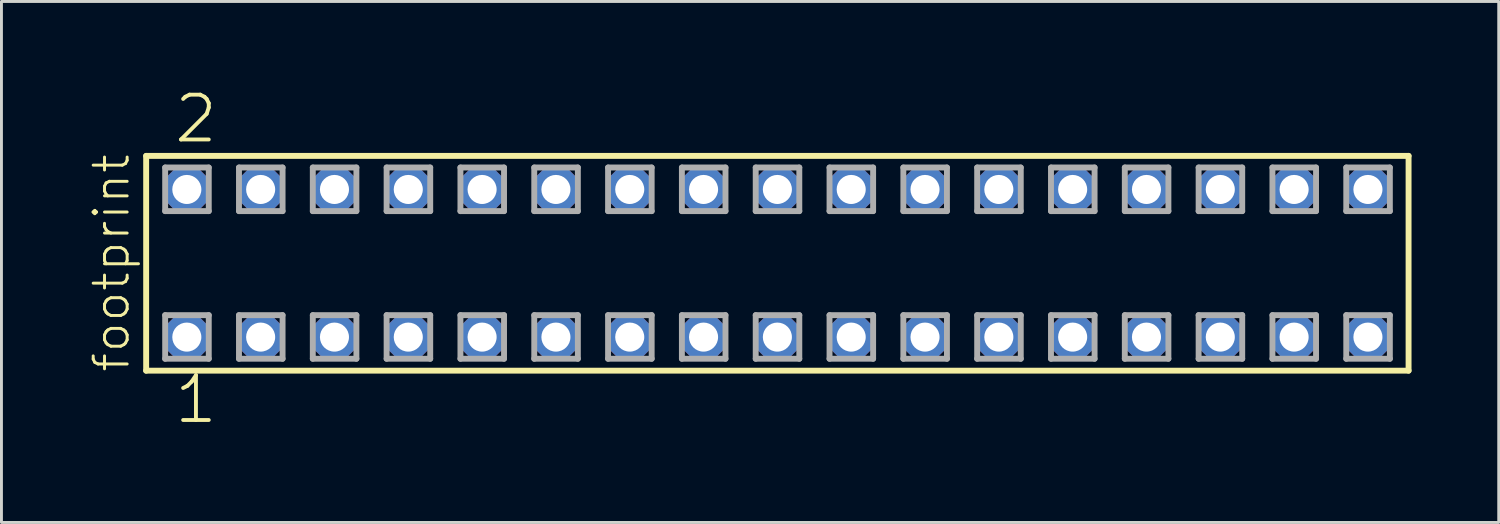
<source format=kicad_pcb>
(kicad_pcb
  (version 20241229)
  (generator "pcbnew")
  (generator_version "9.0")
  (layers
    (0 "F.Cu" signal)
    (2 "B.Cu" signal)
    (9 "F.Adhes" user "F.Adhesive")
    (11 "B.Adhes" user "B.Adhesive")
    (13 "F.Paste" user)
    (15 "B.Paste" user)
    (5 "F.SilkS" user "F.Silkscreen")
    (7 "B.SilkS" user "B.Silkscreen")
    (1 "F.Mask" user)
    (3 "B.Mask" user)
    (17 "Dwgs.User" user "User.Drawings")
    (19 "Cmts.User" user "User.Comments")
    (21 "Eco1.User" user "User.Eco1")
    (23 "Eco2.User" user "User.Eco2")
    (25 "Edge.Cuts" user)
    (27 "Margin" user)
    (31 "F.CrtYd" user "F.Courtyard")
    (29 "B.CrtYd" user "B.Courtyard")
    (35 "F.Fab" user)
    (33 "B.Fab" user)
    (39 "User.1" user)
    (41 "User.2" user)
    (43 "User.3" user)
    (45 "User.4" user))
  (footprint "footprint"
    (layer "F.Cu")
    (at 23.698 6.009)
    (property "Reference" "footprint" (at -22.225 3.81 90) (layer "F.SilkS") (effects (font (size 1.168 1.168) (thickness 0.102)) (justify left bottom)))
    (fp_line (start -21.719 -3.695) (end 21.719 -3.695) (stroke (width 0.203) (type solid)) (layer "F.SilkS"))
    (fp_line (start -21.719 3.695) (end -21.719 -3.695) (stroke (width 0.203) (type solid)) (layer "F.SilkS"))
    (fp_line (start 21.719 -3.695) (end 21.719 3.695) (stroke (width 0.203) (type solid)) (layer "F.SilkS"))
    (fp_line (start 21.719 3.695) (end -21.719 3.695) (stroke (width 0.203) (type solid)) (layer "F.SilkS"))
    (fp_line (start -21.065 -3.295) (end -19.565 -3.295) (stroke (width 0.203) (type solid)) (layer "F.Fab"))
    (fp_line (start -21.065 -1.795) (end -21.065 -3.295) (stroke (width 0.203) (type solid)) (layer "F.Fab"))
    (fp_line (start -21.065 1.785) (end -19.565 1.785) (stroke (width 0.203) (type solid)) (layer "F.Fab"))
    (fp_line (start -21.065 3.285) (end -21.065 1.785) (stroke (width 0.203) (type solid)) (layer "F.Fab"))
    (fp_line (start -19.565 -3.295) (end -19.565 -1.795) (stroke (width 0.203) (type solid)) (layer "F.Fab"))
    (fp_line (start -19.565 -1.795) (end -21.065 -1.795) (stroke (width 0.203) (type solid)) (layer "F.Fab"))
    (fp_line (start -19.565 1.785) (end -19.565 3.285) (stroke (width 0.203) (type solid)) (layer "F.Fab"))
    (fp_line (start -19.565 3.285) (end -21.065 3.285) (stroke (width 0.203) (type solid)) (layer "F.Fab"))
    (fp_line (start -18.525 -3.295) (end -17.025 -3.295) (stroke (width 0.203) (type solid)) (layer "F.Fab"))
    (fp_line (start -18.525 -1.795) (end -18.525 -3.295) (stroke (width 0.203) (type solid)) (layer "F.Fab"))
    (fp_line (start -18.525 1.785) (end -17.025 1.785) (stroke (width 0.203) (type solid)) (layer "F.Fab"))
    (fp_line (start -18.525 3.285) (end -18.525 1.785) (stroke (width 0.203) (type solid)) (layer "F.Fab"))
    (fp_line (start -17.025 -3.295) (end -17.025 -1.795) (stroke (width 0.203) (type solid)) (layer "F.Fab"))
    (fp_line (start -17.025 -1.795) (end -18.525 -1.795) (stroke (width 0.203) (type solid)) (layer "F.Fab"))
    (fp_line (start -17.025 1.785) (end -17.025 3.285) (stroke (width 0.203) (type solid)) (layer "F.Fab"))
    (fp_line (start -17.025 3.285) (end -18.525 3.285) (stroke (width 0.203) (type solid)) (layer "F.Fab"))
    (fp_line (start -15.985 -3.295) (end -14.485 -3.295) (stroke (width 0.203) (type solid)) (layer "F.Fab"))
    (fp_line (start -15.985 -1.795) (end -15.985 -3.295) (stroke (width 0.203) (type solid)) (layer "F.Fab"))
    (fp_line (start -15.985 1.785) (end -14.485 1.785) (stroke (width 0.203) (type solid)) (layer "F.Fab"))
    (fp_line (start -15.985 3.285) (end -15.985 1.785) (stroke (width 0.203) (type solid)) (layer "F.Fab"))
    (fp_line (start -14.485 -3.295) (end -14.485 -1.795) (stroke (width 0.203) (type solid)) (layer "F.Fab"))
    (fp_line (start -14.485 -1.795) (end -15.985 -1.795) (stroke (width 0.203) (type solid)) (layer "F.Fab"))
    (fp_line (start -14.485 1.785) (end -14.485 3.285) (stroke (width 0.203) (type solid)) (layer "F.Fab"))
    (fp_line (start -14.485 3.285) (end -15.985 3.285) (stroke (width 0.203) (type solid)) (layer "F.Fab"))
    (fp_line (start -13.445 -3.295) (end -11.945 -3.295) (stroke (width 0.203) (type solid)) (layer "F.Fab"))
    (fp_line (start -13.445 -1.795) (end -13.445 -3.295) (stroke (width 0.203) (type solid)) (layer "F.Fab"))
    (fp_line (start -13.445 1.785) (end -11.945 1.785) (stroke (width 0.203) (type solid)) (layer "F.Fab"))
    (fp_line (start -13.445 3.285) (end -13.445 1.785) (stroke (width 0.203) (type solid)) (layer "F.Fab"))
    (fp_line (start -11.945 -3.295) (end -11.945 -1.795) (stroke (width 0.203) (type solid)) (layer "F.Fab"))
    (fp_line (start -11.945 -1.795) (end -13.445 -1.795) (stroke (width 0.203) (type solid)) (layer "F.Fab"))
    (fp_line (start -11.945 1.785) (end -11.945 3.285) (stroke (width 0.203) (type solid)) (layer "F.Fab"))
    (fp_line (start -11.945 3.285) (end -13.445 3.285) (stroke (width 0.203) (type solid)) (layer "F.Fab"))
    (fp_line (start -10.905 -3.295) (end -9.405 -3.295) (stroke (width 0.203) (type solid)) (layer "F.Fab"))
    (fp_line (start -10.905 -1.795) (end -10.905 -3.295) (stroke (width 0.203) (type solid)) (layer "F.Fab"))
    (fp_line (start -10.905 1.785) (end -9.405 1.785) (stroke (width 0.203) (type solid)) (layer "F.Fab"))
    (fp_line (start -10.905 3.285) (end -10.905 1.785) (stroke (width 0.203) (type solid)) (layer "F.Fab"))
    (fp_line (start -9.405 -3.295) (end -9.405 -1.795) (stroke (width 0.203) (type solid)) (layer "F.Fab"))
    (fp_line (start -9.405 -1.795) (end -10.905 -1.795) (stroke (width 0.203) (type solid)) (layer "F.Fab"))
    (fp_line (start -9.405 1.785) (end -9.405 3.285) (stroke (width 0.203) (type solid)) (layer "F.Fab"))
    (fp_line (start -9.405 3.285) (end -10.905 3.285) (stroke (width 0.203) (type solid)) (layer "F.Fab"))
    (fp_line (start -8.365 -3.295) (end -6.865 -3.295) (stroke (width 0.203) (type solid)) (layer "F.Fab"))
    (fp_line (start -8.365 -1.795) (end -8.365 -3.295) (stroke (width 0.203) (type solid)) (layer "F.Fab"))
    (fp_line (start -8.365 1.785) (end -6.865 1.785) (stroke (width 0.203) (type solid)) (layer "F.Fab"))
    (fp_line (start -8.365 3.285) (end -8.365 1.785) (stroke (width 0.203) (type solid)) (layer "F.Fab"))
    (fp_line (start -6.865 -3.295) (end -6.865 -1.795) (stroke (width 0.203) (type solid)) (layer "F.Fab"))
    (fp_line (start -6.865 -1.795) (end -8.365 -1.795) (stroke (width 0.203) (type solid)) (layer "F.Fab"))
    (fp_line (start -6.865 1.785) (end -6.865 3.285) (stroke (width 0.203) (type solid)) (layer "F.Fab"))
    (fp_line (start -6.865 3.285) (end -8.365 3.285) (stroke (width 0.203) (type solid)) (layer "F.Fab"))
    (fp_line (start -5.825 -3.295) (end -4.325 -3.295) (stroke (width 0.203) (type solid)) (layer "F.Fab"))
    (fp_line (start -5.825 -1.795) (end -5.825 -3.295) (stroke (width 0.203) (type solid)) (layer "F.Fab"))
    (fp_line (start -5.825 1.785) (end -4.325 1.785) (stroke (width 0.203) (type solid)) (layer "F.Fab"))
    (fp_line (start -5.825 3.285) (end -5.825 1.785) (stroke (width 0.203) (type solid)) (layer "F.Fab"))
    (fp_line (start -4.325 -3.295) (end -4.325 -1.795) (stroke (width 0.203) (type solid)) (layer "F.Fab"))
    (fp_line (start -4.325 -1.795) (end -5.825 -1.795) (stroke (width 0.203) (type solid)) (layer "F.Fab"))
    (fp_line (start -4.325 1.785) (end -4.325 3.285) (stroke (width 0.203) (type solid)) (layer "F.Fab"))
    (fp_line (start -4.325 3.285) (end -5.825 3.285) (stroke (width 0.203) (type solid)) (layer "F.Fab"))
    (fp_line (start -3.285 -3.295) (end -1.785 -3.295) (stroke (width 0.203) (type solid)) (layer "F.Fab"))
    (fp_line (start -3.285 -1.795) (end -3.285 -3.295) (stroke (width 0.203) (type solid)) (layer "F.Fab"))
    (fp_line (start -3.285 1.785) (end -1.785 1.785) (stroke (width 0.203) (type solid)) (layer "F.Fab"))
    (fp_line (start -3.285 3.285) (end -3.285 1.785) (stroke (width 0.203) (type solid)) (layer "F.Fab"))
    (fp_line (start -1.785 -3.295) (end -1.785 -1.795) (stroke (width 0.203) (type solid)) (layer "F.Fab"))
    (fp_line (start -1.785 -1.795) (end -3.285 -1.795) (stroke (width 0.203) (type solid)) (layer "F.Fab"))
    (fp_line (start -1.785 1.785) (end -1.785 3.285) (stroke (width 0.203) (type solid)) (layer "F.Fab"))
    (fp_line (start -1.785 3.285) (end -3.285 3.285) (stroke (width 0.203) (type solid)) (layer "F.Fab"))
    (fp_line (start -0.745 -3.295) (end 0.755 -3.295) (stroke (width 0.203) (type solid)) (layer "F.Fab"))
    (fp_line (start -0.745 -1.795) (end -0.745 -3.295) (stroke (width 0.203) (type solid)) (layer "F.Fab"))
    (fp_line (start -0.745 1.785) (end 0.755 1.785) (stroke (width 0.203) (type solid)) (layer "F.Fab"))
    (fp_line (start -0.745 3.285) (end -0.745 1.785) (stroke (width 0.203) (type solid)) (layer "F.Fab"))
    (fp_line (start 0.755 -3.295) (end 0.755 -1.795) (stroke (width 0.203) (type solid)) (layer "F.Fab"))
    (fp_line (start 0.755 -1.795) (end -0.745 -1.795) (stroke (width 0.203) (type solid)) (layer "F.Fab"))
    (fp_line (start 0.755 1.785) (end 0.755 3.285) (stroke (width 0.203) (type solid)) (layer "F.Fab"))
    (fp_line (start 0.755 3.285) (end -0.745 3.285) (stroke (width 0.203) (type solid)) (layer "F.Fab"))
    (fp_line (start 1.795 -3.295) (end 3.295 -3.295) (stroke (width 0.203) (type solid)) (layer "F.Fab"))
    (fp_line (start 1.795 -1.795) (end 1.795 -3.295) (stroke (width 0.203) (type solid)) (layer "F.Fab"))
    (fp_line (start 1.795 1.785) (end 3.295 1.785) (stroke (width 0.203) (type solid)) (layer "F.Fab"))
    (fp_line (start 1.795 3.285) (end 1.795 1.785) (stroke (width 0.203) (type solid)) (layer "F.Fab"))
    (fp_line (start 3.295 -3.295) (end 3.295 -1.795) (stroke (width 0.203) (type solid)) (layer "F.Fab"))
    (fp_line (start 3.295 -1.795) (end 1.795 -1.795) (stroke (width 0.203) (type solid)) (layer "F.Fab"))
    (fp_line (start 3.295 1.785) (end 3.295 3.285) (stroke (width 0.203) (type solid)) (layer "F.Fab"))
    (fp_line (start 3.295 3.285) (end 1.795 3.285) (stroke (width 0.203) (type solid)) (layer "F.Fab"))
    (fp_line (start 4.335 -3.295) (end 5.835 -3.295) (stroke (width 0.203) (type solid)) (layer "F.Fab"))
    (fp_line (start 4.335 -1.795) (end 4.335 -3.295) (stroke (width 0.203) (type solid)) (layer "F.Fab"))
    (fp_line (start 4.335 1.785) (end 5.835 1.785) (stroke (width 0.203) (type solid)) (layer "F.Fab"))
    (fp_line (start 4.335 3.285) (end 4.335 1.785) (stroke (width 0.203) (type solid)) (layer "F.Fab"))
    (fp_line (start 5.835 -3.295) (end 5.835 -1.795) (stroke (width 0.203) (type solid)) (layer "F.Fab"))
    (fp_line (start 5.835 -1.795) (end 4.335 -1.795) (stroke (width 0.203) (type solid)) (layer "F.Fab"))
    (fp_line (start 5.835 1.785) (end 5.835 3.285) (stroke (width 0.203) (type solid)) (layer "F.Fab"))
    (fp_line (start 5.835 3.285) (end 4.335 3.285) (stroke (width 0.203) (type solid)) (layer "F.Fab"))
    (fp_line (start 6.875 -3.295) (end 8.375 -3.295) (stroke (width 0.203) (type solid)) (layer "F.Fab"))
    (fp_line (start 6.875 -1.795) (end 6.875 -3.295) (stroke (width 0.203) (type solid)) (layer "F.Fab"))
    (fp_line (start 6.875 1.785) (end 8.375 1.785) (stroke (width 0.203) (type solid)) (layer "F.Fab"))
    (fp_line (start 6.875 3.285) (end 6.875 1.785) (stroke (width 0.203) (type solid)) (layer "F.Fab"))
    (fp_line (start 8.375 -3.295) (end 8.375 -1.795) (stroke (width 0.203) (type solid)) (layer "F.Fab"))
    (fp_line (start 8.375 -1.795) (end 6.875 -1.795) (stroke (width 0.203) (type solid)) (layer "F.Fab"))
    (fp_line (start 8.375 1.785) (end 8.375 3.285) (stroke (width 0.203) (type solid)) (layer "F.Fab"))
    (fp_line (start 8.375 3.285) (end 6.875 3.285) (stroke (width 0.203) (type solid)) (layer "F.Fab"))
    (fp_line (start 9.415 -3.295) (end 10.915 -3.295) (stroke (width 0.203) (type solid)) (layer "F.Fab"))
    (fp_line (start 9.415 -1.795) (end 9.415 -3.295) (stroke (width 0.203) (type solid)) (layer "F.Fab"))
    (fp_line (start 9.415 1.785) (end 10.915 1.785) (stroke (width 0.203) (type solid)) (layer "F.Fab"))
    (fp_line (start 9.415 3.285) (end 9.415 1.785) (stroke (width 0.203) (type solid)) (layer "F.Fab"))
    (fp_line (start 10.915 -3.295) (end 10.915 -1.795) (stroke (width 0.203) (type solid)) (layer "F.Fab"))
    (fp_line (start 10.915 -1.795) (end 9.415 -1.795) (stroke (width 0.203) (type solid)) (layer "F.Fab"))
    (fp_line (start 10.915 1.785) (end 10.915 3.285) (stroke (width 0.203) (type solid)) (layer "F.Fab"))
    (fp_line (start 10.915 3.285) (end 9.415 3.285) (stroke (width 0.203) (type solid)) (layer "F.Fab"))
    (fp_line (start 11.955 -3.295) (end 13.455 -3.295) (stroke (width 0.203) (type solid)) (layer "F.Fab"))
    (fp_line (start 11.955 -1.795) (end 11.955 -3.295) (stroke (width 0.203) (type solid)) (layer "F.Fab"))
    (fp_line (start 11.955 1.785) (end 13.455 1.785) (stroke (width 0.203) (type solid)) (layer "F.Fab"))
    (fp_line (start 11.955 3.285) (end 11.955 1.785) (stroke (width 0.203) (type solid)) (layer "F.Fab"))
    (fp_line (start 13.455 -3.295) (end 13.455 -1.795) (stroke (width 0.203) (type solid)) (layer "F.Fab"))
    (fp_line (start 13.455 -1.795) (end 11.955 -1.795) (stroke (width 0.203) (type solid)) (layer "F.Fab"))
    (fp_line (start 13.455 1.785) (end 13.455 3.285) (stroke (width 0.203) (type solid)) (layer "F.Fab"))
    (fp_line (start 13.455 3.285) (end 11.955 3.285) (stroke (width 0.203) (type solid)) (layer "F.Fab"))
    (fp_line (start 14.495 -3.295) (end 15.995 -3.295) (stroke (width 0.203) (type solid)) (layer "F.Fab"))
    (fp_line (start 14.495 -1.795) (end 14.495 -3.295) (stroke (width 0.203) (type solid)) (layer "F.Fab"))
    (fp_line (start 14.495 1.785) (end 15.995 1.785) (stroke (width 0.203) (type solid)) (layer "F.Fab"))
    (fp_line (start 14.495 3.285) (end 14.495 1.785) (stroke (width 0.203) (type solid)) (layer "F.Fab"))
    (fp_line (start 15.995 -3.295) (end 15.995 -1.795) (stroke (width 0.203) (type solid)) (layer "F.Fab"))
    (fp_line (start 15.995 -1.795) (end 14.495 -1.795) (stroke (width 0.203) (type solid)) (layer "F.Fab"))
    (fp_line (start 15.995 1.785) (end 15.995 3.285) (stroke (width 0.203) (type solid)) (layer "F.Fab"))
    (fp_line (start 15.995 3.285) (end 14.495 3.285) (stroke (width 0.203) (type solid)) (layer "F.Fab"))
    (fp_line (start 17.035 -3.295) (end 18.535 -3.295) (stroke (width 0.203) (type solid)) (layer "F.Fab"))
    (fp_line (start 17.035 -1.795) (end 17.035 -3.295) (stroke (width 0.203) (type solid)) (layer "F.Fab"))
    (fp_line (start 17.035 1.785) (end 18.535 1.785) (stroke (width 0.203) (type solid)) (layer "F.Fab"))
    (fp_line (start 17.035 3.285) (end 17.035 1.785) (stroke (width 0.203) (type solid)) (layer "F.Fab"))
    (fp_line (start 18.535 -3.295) (end 18.535 -1.795) (stroke (width 0.203) (type solid)) (layer "F.Fab"))
    (fp_line (start 18.535 -1.795) (end 17.035 -1.795) (stroke (width 0.203) (type solid)) (layer "F.Fab"))
    (fp_line (start 18.535 1.785) (end 18.535 3.285) (stroke (width 0.203) (type solid)) (layer "F.Fab"))
    (fp_line (start 18.535 3.285) (end 17.035 3.285) (stroke (width 0.203) (type solid)) (layer "F.Fab"))
    (fp_line (start 19.575 -3.295) (end 21.075 -3.295) (stroke (width 0.203) (type solid)) (layer "F.Fab"))
    (fp_line (start 19.575 -1.795) (end 19.575 -3.295) (stroke (width 0.203) (type solid)) (layer "F.Fab"))
    (fp_line (start 19.575 1.785) (end 21.075 1.785) (stroke (width 0.203) (type solid)) (layer "F.Fab"))
    (fp_line (start 19.575 3.285) (end 19.575 1.785) (stroke (width 0.203) (type solid)) (layer "F.Fab"))
    (fp_line (start 21.075 -3.295) (end 21.075 -1.795) (stroke (width 0.203) (type solid)) (layer "F.Fab"))
    (fp_line (start 21.075 -1.795) (end 19.575 -1.795) (stroke (width 0.203) (type solid)) (layer "F.Fab"))
    (fp_line (start 21.075 1.785) (end 21.075 3.285) (stroke (width 0.203) (type solid)) (layer "F.Fab"))
    (fp_line (start 21.075 3.285) (end 19.575 3.285) (stroke (width 0.203) (type solid)) (layer "F.Fab"))
    (fp_text user "1" (at -20.828 5.588 0) (layer "F.SilkS") (effects (font (size 1.542 1.542) (thickness 0.134)) (justify left bottom)))
    (fp_text user "2" (at -20.828 -4.064 0) (layer "F.SilkS") (effects (font (size 1.542 1.542) (thickness 0.134)) (justify left bottom)))
    (pad "1" thru_hole roundrect (at -20.32 2.54) (size 1.5 1.5) (drill 1) (layers "*.Cu" "*.Mask") (roundrect_rratio 0.25) (chamfer_ratio 0.25) (chamfer top_left top_right bottom_left bottom_right))
    (pad "2" thru_hole roundrect (at -20.32 -2.54) (size 1.5 1.5) (drill 1) (layers "*.Cu" "*.Mask") (roundrect_rratio 0.25) (chamfer_ratio 0.25) (chamfer top_left top_right bottom_left bottom_right))
    (pad "3" thru_hole roundrect (at -17.78 2.54) (size 1.5 1.5) (drill 1) (layers "*.Cu" "*.Mask") (roundrect_rratio 0.25) (chamfer_ratio 0.25) (chamfer top_left top_right bottom_left bottom_right))
    (pad "4" thru_hole roundrect (at -17.78 -2.54) (size 1.5 1.5) (drill 1) (layers "*.Cu" "*.Mask") (roundrect_rratio 0.25) (chamfer_ratio 0.25) (chamfer top_left top_right bottom_left bottom_right))
    (pad "5" thru_hole roundrect (at -15.24 2.54) (size 1.5 1.5) (drill 1) (layers "*.Cu" "*.Mask") (roundrect_rratio 0.25) (chamfer_ratio 0.25) (chamfer top_left top_right bottom_left bottom_right))
    (pad "6" thru_hole roundrect (at -15.24 -2.54) (size 1.5 1.5) (drill 1) (layers "*.Cu" "*.Mask") (roundrect_rratio 0.25) (chamfer_ratio 0.25) (chamfer top_left top_right bottom_left bottom_right))
    (pad "7" thru_hole roundrect (at -12.7 2.54) (size 1.5 1.5) (drill 1) (layers "*.Cu" "*.Mask") (roundrect_rratio 0.25) (chamfer_ratio 0.25) (chamfer top_left top_right bottom_left bottom_right))
    (pad "8" thru_hole roundrect (at -12.7 -2.54) (size 1.5 1.5) (drill 1) (layers "*.Cu" "*.Mask") (roundrect_rratio 0.25) (chamfer_ratio 0.25) (chamfer top_left top_right bottom_left bottom_right))
    (pad "9" thru_hole roundrect (at -10.16 2.54) (size 1.5 1.5) (drill 1) (layers "*.Cu" "*.Mask") (roundrect_rratio 0.25) (chamfer_ratio 0.25) (chamfer top_left top_right bottom_left bottom_right))
    (pad "10" thru_hole roundrect (at -10.16 -2.54) (size 1.5 1.5) (drill 1) (layers "*.Cu" "*.Mask") (roundrect_rratio 0.25) (chamfer_ratio 0.25) (chamfer top_left top_right bottom_left bottom_right))
    (pad "11" thru_hole roundrect (at -7.62 2.54) (size 1.5 1.5) (drill 1) (layers "*.Cu" "*.Mask") (roundrect_rratio 0.25) (chamfer_ratio 0.25) (chamfer top_left top_right bottom_left bottom_right))
    (pad "12" thru_hole roundrect (at -7.62 -2.54) (size 1.5 1.5) (drill 1) (layers "*.Cu" "*.Mask") (roundrect_rratio 0.25) (chamfer_ratio 0.25) (chamfer top_left top_right bottom_left bottom_right))
    (pad "13" thru_hole roundrect (at -5.08 2.54) (size 1.5 1.5) (drill 1) (layers "*.Cu" "*.Mask") (roundrect_rratio 0.25) (chamfer_ratio 0.25) (chamfer top_left top_right bottom_left bottom_right))
    (pad "14" thru_hole roundrect (at -5.08 -2.54) (size 1.5 1.5) (drill 1) (layers "*.Cu" "*.Mask") (roundrect_rratio 0.25) (chamfer_ratio 0.25) (chamfer top_left top_right bottom_left bottom_right))
    (pad "15" thru_hole roundrect (at -2.54 2.54) (size 1.5 1.5) (drill 1) (layers "*.Cu" "*.Mask") (roundrect_rratio 0.25) (chamfer_ratio 0.25) (chamfer top_left top_right bottom_left bottom_right))
    (pad "16" thru_hole roundrect (at -2.54 -2.54) (size 1.5 1.5) (drill 1) (layers "*.Cu" "*.Mask") (roundrect_rratio 0.25) (chamfer_ratio 0.25) (chamfer top_left top_right bottom_left bottom_right))
    (pad "17" thru_hole roundrect (at 0 2.54) (size 1.5 1.5) (drill 1) (layers "*.Cu" "*.Mask") (roundrect_rratio 0.25) (chamfer_ratio 0.25) (chamfer top_left top_right bottom_left bottom_right))
    (pad "18" thru_hole roundrect (at 0 -2.54) (size 1.5 1.5) (drill 1) (layers "*.Cu" "*.Mask") (roundrect_rratio 0.25) (chamfer_ratio 0.25) (chamfer top_left top_right bottom_left bottom_right))
    (pad "19" thru_hole roundrect (at 2.54 2.54) (size 1.5 1.5) (drill 1) (layers "*.Cu" "*.Mask") (roundrect_rratio 0.25) (chamfer_ratio 0.25) (chamfer top_left top_right bottom_left bottom_right))
    (pad "20" thru_hole roundrect (at 2.54 -2.54) (size 1.5 1.5) (drill 1) (layers "*.Cu" "*.Mask") (roundrect_rratio 0.25) (chamfer_ratio 0.25) (chamfer top_left top_right bottom_left bottom_right))
    (pad "21" thru_hole roundrect (at 5.08 2.54) (size 1.5 1.5) (drill 1) (layers "*.Cu" "*.Mask") (roundrect_rratio 0.25) (chamfer_ratio 0.25) (chamfer top_left top_right bottom_left bottom_right))
    (pad "22" thru_hole roundrect (at 5.08 -2.54) (size 1.5 1.5) (drill 1) (layers "*.Cu" "*.Mask") (roundrect_rratio 0.25) (chamfer_ratio 0.25) (chamfer top_left top_right bottom_left bottom_right))
    (pad "23" thru_hole roundrect (at 7.62 2.54) (size 1.5 1.5) (drill 1) (layers "*.Cu" "*.Mask") (roundrect_rratio 0.25) (chamfer_ratio 0.25) (chamfer top_left top_right bottom_left bottom_right))
    (pad "24" thru_hole roundrect (at 7.62 -2.54) (size 1.5 1.5) (drill 1) (layers "*.Cu" "*.Mask") (roundrect_rratio 0.25) (chamfer_ratio 0.25) (chamfer top_left top_right bottom_left bottom_right))
    (pad "25" thru_hole roundrect (at 10.16 2.54) (size 1.5 1.5) (drill 1) (layers "*.Cu" "*.Mask") (roundrect_rratio 0.25) (chamfer_ratio 0.25) (chamfer top_left top_right bottom_left bottom_right))
    (pad "26" thru_hole roundrect (at 10.16 -2.54) (size 1.5 1.5) (drill 1) (layers "*.Cu" "*.Mask") (roundrect_rratio 0.25) (chamfer_ratio 0.25) (chamfer top_left top_right bottom_left bottom_right))
    (pad "27" thru_hole roundrect (at 12.7 2.54) (size 1.5 1.5) (drill 1) (layers "*.Cu" "*.Mask") (roundrect_rratio 0.25) (chamfer_ratio 0.25) (chamfer top_left top_right bottom_left bottom_right))
    (pad "28" thru_hole roundrect (at 12.7 -2.54) (size 1.5 1.5) (drill 1) (layers "*.Cu" "*.Mask") (roundrect_rratio 0.25) (chamfer_ratio 0.25) (chamfer top_left top_right bottom_left bottom_right))
    (pad "29" thru_hole roundrect (at 15.24 2.54) (size 1.5 1.5) (drill 1) (layers "*.Cu" "*.Mask") (roundrect_rratio 0.25) (chamfer_ratio 0.25) (chamfer top_left top_right bottom_left bottom_right))
    (pad "30" thru_hole roundrect (at 15.24 -2.54) (size 1.5 1.5) (drill 1) (layers "*.Cu" "*.Mask") (roundrect_rratio 0.25) (chamfer_ratio 0.25) (chamfer top_left top_right bottom_left bottom_right))
    (pad "31" thru_hole roundrect (at 17.78 2.54) (size 1.5 1.5) (drill 1) (layers "*.Cu" "*.Mask") (roundrect_rratio 0.25) (chamfer_ratio 0.25) (chamfer top_left top_right bottom_left bottom_right))
    (pad "32" thru_hole roundrect (at 17.78 -2.54) (size 1.5 1.5) (drill 1) (layers "*.Cu" "*.Mask") (roundrect_rratio 0.25) (chamfer_ratio 0.25) (chamfer top_left top_right bottom_left bottom_right))
    (pad "33" thru_hole roundrect (at 20.32 2.54) (size 1.5 1.5) (drill 1) (layers "*.Cu" "*.Mask") (roundrect_rratio 0.25) (chamfer_ratio 0.25) (chamfer top_left top_right bottom_left bottom_right))
    (pad "34" thru_hole roundrect (at 20.32 -2.54) (size 1.5 1.5) (drill 1) (layers "*.Cu" "*.Mask") (roundrect_rratio 0.25) (chamfer_ratio 0.25) (chamfer top_left top_right bottom_left bottom_right)))
  (gr_rect
    (start -3 -3)
    (end 48.519 14.927)
    (stroke (width 0.1) (type default))
    (fill no)
    (layer "Edge.Cuts")))
</source>
